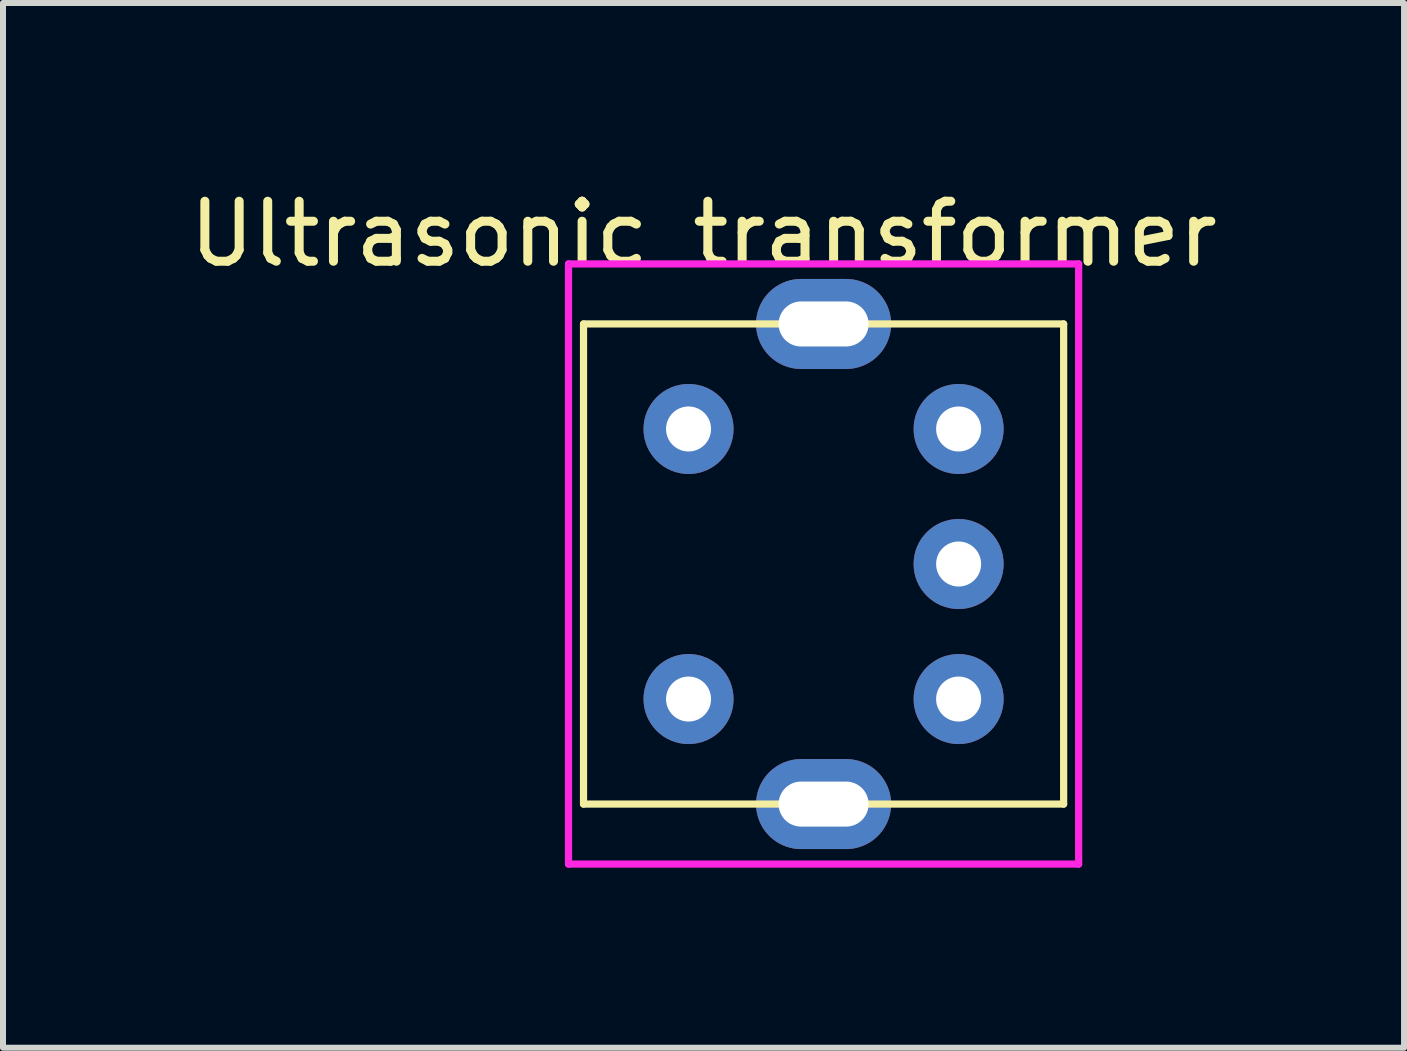
<source format=kicad_pcb>
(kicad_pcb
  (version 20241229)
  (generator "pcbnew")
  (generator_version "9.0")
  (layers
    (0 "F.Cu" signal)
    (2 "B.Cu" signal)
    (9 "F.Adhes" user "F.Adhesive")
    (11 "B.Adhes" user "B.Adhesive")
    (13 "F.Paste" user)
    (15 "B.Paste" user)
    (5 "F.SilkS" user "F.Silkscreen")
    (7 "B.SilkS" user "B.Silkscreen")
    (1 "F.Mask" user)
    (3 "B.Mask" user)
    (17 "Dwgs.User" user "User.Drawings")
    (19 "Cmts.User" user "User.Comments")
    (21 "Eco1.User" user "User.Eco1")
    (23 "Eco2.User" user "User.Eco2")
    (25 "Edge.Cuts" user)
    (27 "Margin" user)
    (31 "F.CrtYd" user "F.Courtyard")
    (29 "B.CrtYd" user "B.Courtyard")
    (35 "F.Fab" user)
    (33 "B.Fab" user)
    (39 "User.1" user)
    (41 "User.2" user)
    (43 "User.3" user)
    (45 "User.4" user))
  (footprint "Ultrasonic transformer"
    (layer "F.Cu")
    (at 8.423 4.098)
    (property "Reference" "Ultrasonic transformer" (at 0.25 -3.25 0) (layer "F.SilkS") (effects (font (size 1 1) (thickness 0.15))))
    (attr through_hole)
    (fp_line (start -1.75 -1.75) (end 6.25 -1.75) (stroke (width 0.12) (type solid)) (layer "F.SilkS"))
    (fp_line (start -1.75 6.25) (end -1.75 -1.75) (stroke (width 0.12) (type solid)) (layer "F.SilkS"))
    (fp_line (start 6.25 -1.75) (end 6.25 6.25) (stroke (width 0.12) (type solid)) (layer "F.SilkS"))
    (fp_line (start 6.25 6.25) (end -1.75 6.25) (stroke (width 0.12) (type solid)) (layer "F.SilkS"))
    (fp_line (start -2 -2.75) (end 6.5 -2.75) (stroke (width 0.12) (type solid)) (layer "F.CrtYd"))
    (fp_line (start -2 7.25) (end -2 -2.75) (stroke (width 0.12) (type solid)) (layer "F.CrtYd"))
    (fp_line (start 6.5 -2.75) (end 6.5 7.25) (stroke (width 0.12) (type solid)) (layer "F.CrtYd"))
    (fp_line (start 6.5 7.25) (end -2 7.25) (stroke (width 0.12) (type solid)) (layer "F.CrtYd"))
    (pad "1" thru_hole circle (at 4.5 4.5) (size 1.5 1.5) (drill 0.75) (layers "*.Cu" "*.Mask"))
    (pad "2" thru_hole circle (at 4.5 2.25) (size 1.5 1.5) (drill 0.75) (layers "*.Cu" "*.Mask"))
    (pad "3" thru_hole circle (at 4.5 0) (size 1.5 1.5) (drill 0.75) (layers "*.Cu" "*.Mask"))
    (pad "4" thru_hole circle (at 0 0) (size 1.5 1.5) (drill 0.75) (layers "*.Cu" "*.Mask"))
    (pad "6" thru_hole circle (at 0 4.5) (size 1.5 1.5) (drill 0.75) (layers "*.Cu" "*.Mask"))
    (pad "7" thru_hole oval (at 2.25 -1.75) (size 2.25 1.5) (drill oval 1.5 0.75) (layers "*.Cu" "*.Mask"))
    (pad "8" thru_hole oval (at 2.25 6.25) (size 2.25 1.5) (drill oval 1.5 0.75) (layers "*.Cu" "*.Mask")))
  (gr_rect
    (start -3 -3)
    (end 20.345 14.408)
    (stroke (width 0.1) (type default))
    (fill no)
    (layer "Edge.Cuts")))
</source>
